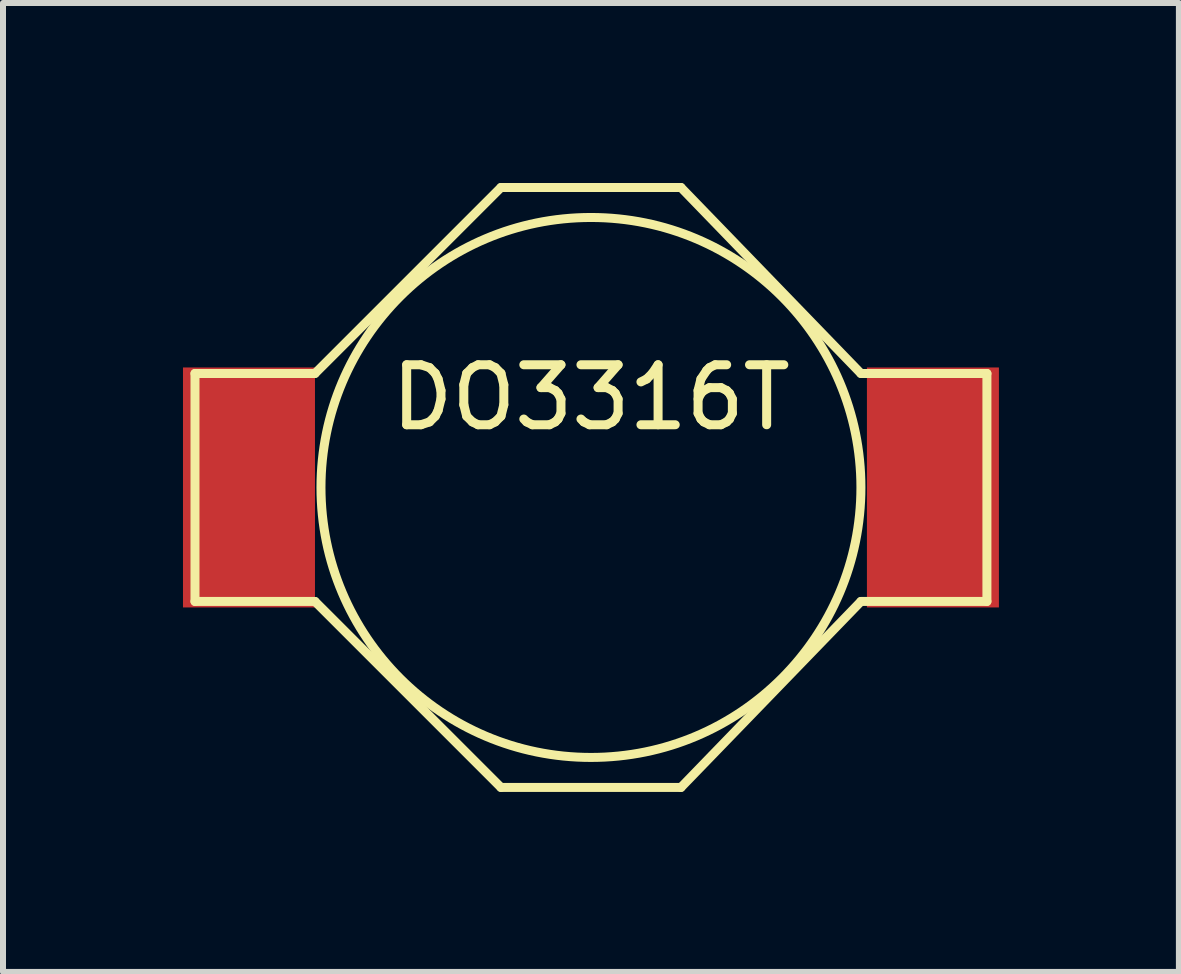
<source format=kicad_pcb>
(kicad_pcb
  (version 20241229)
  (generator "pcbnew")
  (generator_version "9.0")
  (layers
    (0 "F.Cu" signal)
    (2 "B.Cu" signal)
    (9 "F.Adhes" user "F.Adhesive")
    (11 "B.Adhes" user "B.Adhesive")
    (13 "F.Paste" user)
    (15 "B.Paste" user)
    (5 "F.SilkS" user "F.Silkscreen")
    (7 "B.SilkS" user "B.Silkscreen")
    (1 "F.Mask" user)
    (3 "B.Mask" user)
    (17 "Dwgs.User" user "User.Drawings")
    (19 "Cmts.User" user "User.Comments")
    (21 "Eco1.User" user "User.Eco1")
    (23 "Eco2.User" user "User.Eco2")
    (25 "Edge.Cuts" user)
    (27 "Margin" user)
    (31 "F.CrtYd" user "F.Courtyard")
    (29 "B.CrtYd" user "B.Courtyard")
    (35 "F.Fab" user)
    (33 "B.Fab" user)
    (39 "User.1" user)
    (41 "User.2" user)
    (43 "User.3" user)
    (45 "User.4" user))
  (footprint "DO3316T"
    (layer "F.Cu")
    (at 6.8 5.075)
    (property "Reference" "DO3316T" (at 0 -1.5 0) (layer "F.SilkS") (effects (font (size 1 1) (thickness 0.15))))
    (attr through_hole)
    (fp_line (start -6.6 -1.9) (end -4.6 -1.9) (stroke (width 0.15) (type solid)) (layer "F.SilkS"))
    (fp_line (start -6.6 1.9) (end -6.6 -1.9) (stroke (width 0.15) (type solid)) (layer "F.SilkS"))
    (fp_line (start -4.6 1.9) (end -6.6 1.9) (stroke (width 0.15) (type solid)) (layer "F.SilkS"))
    (fp_line (start -4.6 1.9) (end -1.5 5) (stroke (width 0.15) (type solid)) (layer "F.SilkS"))
    (fp_line (start -1.5 -5) (end -4.6 -1.9) (stroke (width 0.15) (type solid)) (layer "F.SilkS"))
    (fp_line (start -1.5 -5) (end 1.5 -5) (stroke (width 0.15) (type solid)) (layer "F.SilkS"))
    (fp_line (start -1.5 5) (end 1.5 5) (stroke (width 0.15) (type solid)) (layer "F.SilkS"))
    (fp_line (start 1.5 5) (end 4.5 1.9) (stroke (width 0.15) (type solid)) (layer "F.SilkS"))
    (fp_line (start 4.5 -1.9) (end 1.5 -5) (stroke (width 0.15) (type solid)) (layer "F.SilkS"))
    (fp_line (start 4.5 -1.9) (end 6.6 -1.9) (stroke (width 0.15) (type solid)) (layer "F.SilkS"))
    (fp_line (start 6.6 -1.9) (end 6.6 1.9) (stroke (width 0.15) (type solid)) (layer "F.SilkS"))
    (fp_line (start 6.6 1.9) (end 4.5 1.9) (stroke (width 0.15) (type solid)) (layer "F.SilkS"))
    (fp_circle (center 0 0) (end 0 -4.5) (stroke (width 0.15) (type solid)) (fill no) (layer "F.SilkS"))
    (pad "1" smd rect (at -5.7 0) (size 2.2 4) (layers "F.Cu" "F.Mask" "F.Paste"))
    (pad "2" smd rect (at 5.7 0) (size 2.2 4) (layers "F.Cu" "F.Mask" "F.Paste")))
  (gr_rect
    (start -3 -3)
    (end 16.6 13.15)
    (stroke (width 0.1) (type default))
    (fill no)
    (layer "Edge.Cuts")))
</source>
